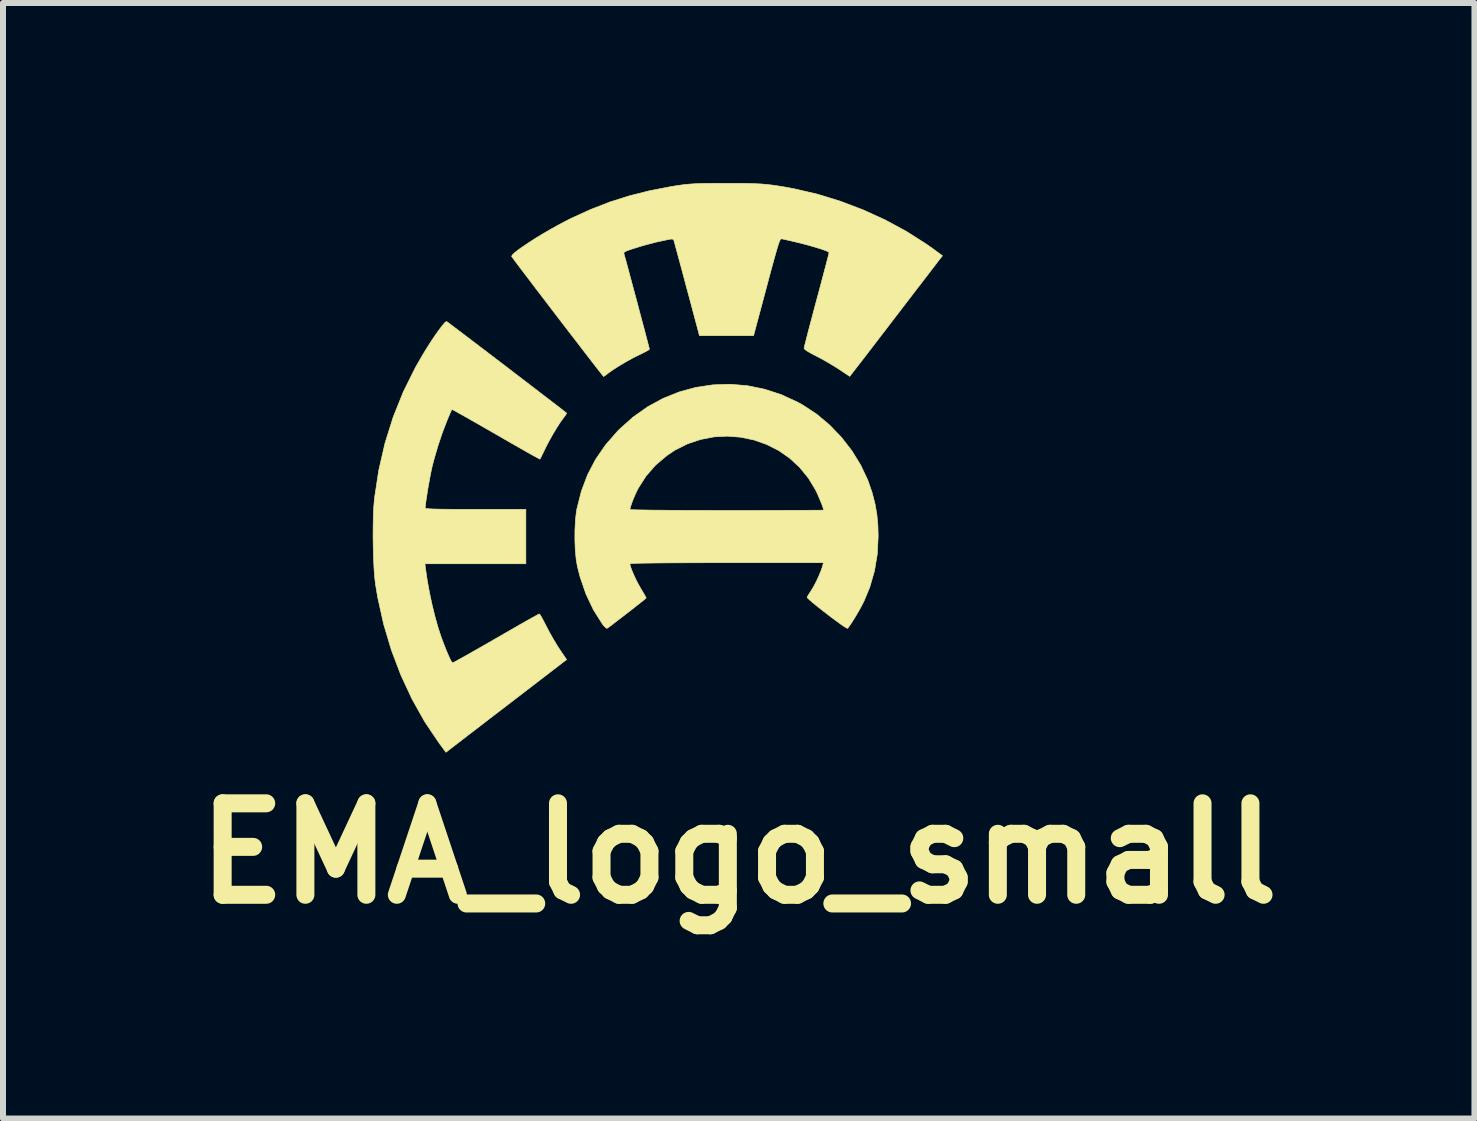
<source format=kicad_pcb>
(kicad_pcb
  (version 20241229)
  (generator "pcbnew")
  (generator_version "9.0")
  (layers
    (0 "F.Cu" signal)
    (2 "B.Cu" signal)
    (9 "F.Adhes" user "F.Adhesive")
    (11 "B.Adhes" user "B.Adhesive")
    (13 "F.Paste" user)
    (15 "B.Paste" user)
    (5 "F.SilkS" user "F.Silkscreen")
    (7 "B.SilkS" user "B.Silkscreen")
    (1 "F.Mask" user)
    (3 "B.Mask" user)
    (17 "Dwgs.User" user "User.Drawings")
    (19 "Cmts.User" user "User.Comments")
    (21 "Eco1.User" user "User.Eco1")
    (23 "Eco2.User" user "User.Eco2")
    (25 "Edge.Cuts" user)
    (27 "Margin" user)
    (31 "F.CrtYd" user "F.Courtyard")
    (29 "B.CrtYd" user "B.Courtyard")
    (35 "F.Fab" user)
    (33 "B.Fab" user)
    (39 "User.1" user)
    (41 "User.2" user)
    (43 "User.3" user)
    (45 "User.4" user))
  (footprint "EMA_logo_small"
    (layer "F.Cu")
    (at 7.99 4.821)
    (property "Reference" "EMA_logo_small" (at 1.27 6.35 0) (layer "F.SilkS") (effects (font (size 1.524 1.524) (thickness 0.3))))
    (attr through_hole)
    (fp_poly (pts (xy 1.413 -1.444) (xy 1.699 -1.386) (xy 1.981 -1.294) (xy 2.256 -1.167) (xy 2.334 -1.124) (xy 2.567 -0.971) (xy 2.783 -0.79) (xy 2.981 -0.584) (xy 3.156 -0.359) (xy 3.304 -0.118) (xy 3.422 0.133) (xy 3.492 0.335) (xy 3.541 0.524) (xy 3.572 0.702) (xy 3.589 0.885) (xy 3.594 1.065) (xy 3.579 1.362) (xy 3.532 1.643) (xy 3.454 1.914) (xy 3.356 2.15) (xy 3.322 2.216) (xy 3.279 2.295) (xy 3.23 2.379) (xy 3.18 2.461) (xy 3.135 2.531) (xy 3.099 2.582) (xy 3.085 2.6) (xy 3.067 2.594) (xy 3.026 2.569) (xy 2.967 2.528) (xy 2.894 2.475) (xy 2.813 2.415) (xy 2.728 2.35) (xy 2.644 2.285) (xy 2.566 2.223) (xy 2.498 2.167) (xy 2.447 2.123) (xy 2.416 2.093) (xy 2.409 2.082) (xy 2.422 2.057) (xy 2.449 2.015) (xy 2.47 1.983) (xy 2.514 1.911) (xy 2.562 1.82) (xy 2.607 1.723) (xy 2.644 1.633) (xy 2.664 1.574) (xy 2.682 1.506) (xy 1.069 1.506) (xy 0.764 1.506) (xy 0.49 1.507) (xy 0.245 1.508) (xy 0.033 1.509) (xy -0.148 1.511) (xy -0.295 1.513) (xy -0.41 1.515) (xy -0.489 1.518) (xy -0.534 1.521) (xy -0.544 1.524) (xy -0.536 1.563) (xy -0.514 1.626) (xy -0.481 1.704) (xy -0.442 1.788) (xy -0.399 1.871) (xy -0.362 1.936) (xy -0.324 2) (xy -0.293 2.053) (xy -0.275 2.086) (xy -0.272 2.093) (xy -0.286 2.106) (xy -0.324 2.138) (xy -0.384 2.185) (xy -0.46 2.245) (xy -0.548 2.314) (xy -0.645 2.389) (xy -0.746 2.466) (xy -0.847 2.544) (xy -0.919 2.598) (xy -0.942 2.594) (xy -0.979 2.557) (xy -1.002 2.527) (xy -1.152 2.289) (xy -1.276 2.027) (xy -1.374 1.742) (xy -1.42 1.562) (xy -1.44 1.437) (xy -1.454 1.288) (xy -1.46 1.124) (xy -1.459 0.959) (xy -1.451 0.801) (xy -1.436 0.662) (xy -1.429 0.62) (xy -0.544 0.62) (xy -0.527 0.622) (xy -0.475 0.624) (xy -0.393 0.626) (xy -0.281 0.628) (xy -0.144 0.63) (xy 0.016 0.631) (xy 0.198 0.633) (xy 0.397 0.634) (xy 0.612 0.634) (xy 0.841 0.635) (xy 1.07 0.635) (xy 1.309 0.635) (xy 1.537 0.635) (xy 1.752 0.634) (xy 1.951 0.634) (xy 2.131 0.633) (xy 2.291 0.633) (xy 2.427 0.632) (xy 2.537 0.631) (xy 2.619 0.631) (xy 2.669 0.63) (xy 2.685 0.629) (xy 2.678 0.599) (xy 2.66 0.546) (xy 2.633 0.478) (xy 2.602 0.405) (xy 2.571 0.335) (xy 2.554 0.299) (xy 2.432 0.097) (xy 2.286 -0.082) (xy 2.119 -0.236) (xy 1.935 -0.364) (xy 1.735 -0.465) (xy 1.524 -0.539) (xy 1.306 -0.585) (xy 1.082 -0.603) (xy 0.858 -0.591) (xy 0.635 -0.548) (xy 0.417 -0.475) (xy 0.207 -0.37) (xy 0.073 -0.28) (xy -0.115 -0.121) (xy -0.274 0.061) (xy -0.405 0.266) (xy -0.426 0.308) (xy -0.455 0.37) (xy -0.486 0.442) (xy -0.513 0.513) (xy -0.533 0.574) (xy -0.544 0.614) (xy -0.544 0.62) (xy -1.429 0.62) (xy -1.427 0.61) (xy -1.352 0.314) (xy -1.248 0.039) (xy -1.114 -0.217) (xy -0.949 -0.457) (xy -0.75 -0.685) (xy -0.718 -0.718) (xy -0.49 -0.921) (xy -0.246 -1.093) (xy 0.011 -1.233) (xy 0.279 -1.34) (xy 0.556 -1.416) (xy 0.839 -1.458) (xy 1.126 -1.468) (xy 1.413 -1.444)) (stroke (width 0.01) (type solid)) (fill yes) (layer "F.SilkS"))
    (fp_poly (pts (xy -3.582 -2.502) (xy -3.54 -2.471) (xy -3.475 -2.422) (xy -3.389 -2.357) (xy -3.286 -2.279) (xy -3.169 -2.19) (xy -3.04 -2.092) (xy -2.902 -1.987) (xy -2.758 -1.877) (xy -2.611 -1.765) (xy -2.464 -1.652) (xy -2.32 -1.542) (xy -2.18 -1.435) (xy -2.05 -1.335) (xy -1.93 -1.243) (xy -1.824 -1.162) (xy -1.735 -1.094) (xy -1.666 -1.04) (xy -1.62 -1.004) (xy -1.599 -0.987) (xy -1.605 -0.971) (xy -1.629 -0.936) (xy -1.647 -0.912) (xy -1.701 -0.838) (xy -1.764 -0.74) (xy -1.831 -0.628) (xy -1.895 -0.513) (xy -1.952 -0.403) (xy -1.962 -0.381) (xy -1.995 -0.313) (xy -2.021 -0.26) (xy -2.038 -0.227) (xy -2.042 -0.22) (xy -2.058 -0.228) (xy -2.103 -0.252) (xy -2.173 -0.29) (xy -2.265 -0.342) (xy -2.375 -0.405) (xy -2.502 -0.477) (xy -2.641 -0.557) (xy -2.776 -0.635) (xy -2.924 -0.72) (xy -3.062 -0.799) (xy -3.188 -0.871) (xy -3.297 -0.933) (xy -3.387 -0.983) (xy -3.454 -1.021) (xy -3.497 -1.043) (xy -3.51 -1.049) (xy -3.519 -1.031) (xy -3.539 -0.986) (xy -3.566 -0.923) (xy -3.589 -0.867) (xy -3.668 -0.663) (xy -3.742 -0.442) (xy -3.807 -0.219) (xy -3.84 -0.092) (xy -3.856 -0.019) (xy -3.874 0.074) (xy -3.893 0.178) (xy -3.912 0.285) (xy -3.928 0.388) (xy -3.942 0.479) (xy -3.951 0.55) (xy -3.955 0.593) (xy -3.955 0.594) (xy -3.948 0.6) (xy -3.924 0.604) (xy -3.882 0.608) (xy -3.819 0.611) (xy -3.732 0.613) (xy -3.618 0.615) (xy -3.476 0.616) (xy -3.302 0.617) (xy -3.116 0.617) (xy -2.277 0.617) (xy -2.277 1.524) (xy -3.959 1.524) (xy -3.947 1.619) (xy -3.919 1.808) (xy -3.882 2.01) (xy -3.838 2.215) (xy -3.789 2.413) (xy -3.738 2.594) (xy -3.687 2.749) (xy -3.686 2.751) (xy -3.639 2.876) (xy -3.596 2.984) (xy -3.558 3.072) (xy -3.528 3.135) (xy -3.506 3.169) (xy -3.498 3.175) (xy -3.479 3.166) (xy -3.432 3.141) (xy -3.36 3.101) (xy -3.266 3.049) (xy -3.154 2.985) (xy -3.027 2.913) (xy -2.887 2.833) (xy -2.773 2.767) (xy -2.627 2.683) (xy -2.49 2.604) (xy -2.367 2.533) (xy -2.259 2.472) (xy -2.17 2.422) (xy -2.104 2.386) (xy -2.064 2.364) (xy -2.052 2.359) (xy -2.04 2.374) (xy -2.015 2.416) (xy -1.981 2.478) (xy -1.941 2.555) (xy -1.934 2.569) (xy -1.881 2.671) (xy -1.818 2.781) (xy -1.756 2.885) (xy -1.714 2.95) (xy -1.598 3.12) (xy -2.418 3.75) (xy -2.576 3.871) (xy -2.731 3.99) (xy -2.879 4.103) (xy -3.016 4.209) (xy -3.141 4.305) (xy -3.249 4.387) (xy -3.336 4.455) (xy -3.4 4.504) (xy -3.424 4.522) (xy -3.609 4.665) (xy -3.727 4.505) (xy -3.964 4.153) (xy -4.175 3.776) (xy -4.36 3.378) (xy -4.518 2.962) (xy -4.647 2.53) (xy -4.746 2.085) (xy -4.782 1.869) (xy -4.796 1.753) (xy -4.807 1.609) (xy -4.815 1.444) (xy -4.82 1.267) (xy -4.823 1.083) (xy -4.822 0.902) (xy -4.819 0.732) (xy -4.812 0.578) (xy -4.801 0.451) (xy -4.8 0.435) (xy -4.729 -0.031) (xy -4.625 -0.484) (xy -4.488 -0.921) (xy -4.318 -1.344) (xy -4.116 -1.75) (xy -4.001 -1.95) (xy -3.927 -2.071) (xy -3.855 -2.184) (xy -3.786 -2.287) (xy -3.723 -2.375) (xy -3.67 -2.444) (xy -3.63 -2.492) (xy -3.604 -2.513) (xy -3.598 -2.514) (xy -3.582 -2.502)) (stroke (width 0.01) (type solid)) (fill yes) (layer "F.SilkS"))
    (fp_poly (pts (xy 1.235 -4.816) (xy 1.389 -4.815) (xy 1.52 -4.811) (xy 1.635 -4.806) (xy 1.74 -4.797) (xy 1.843 -4.785) (xy 1.951 -4.769) (xy 2.069 -4.749) (xy 2.204 -4.723) (xy 2.584 -4.635) (xy 2.966 -4.517) (xy 3.345 -4.373) (xy 3.713 -4.205) (xy 4.064 -4.015) (xy 4.39 -3.808) (xy 4.505 -3.727) (xy 4.665 -3.609) (xy 4.612 -3.542) (xy 4.591 -3.515) (xy 4.551 -3.462) (xy 4.492 -3.386) (xy 4.419 -3.29) (xy 4.332 -3.177) (xy 4.234 -3.05) (xy 4.128 -2.911) (xy 4.015 -2.764) (xy 3.955 -2.685) (xy 3.837 -2.532) (xy 3.723 -2.382) (xy 3.614 -2.241) (xy 3.514 -2.11) (xy 3.424 -1.993) (xy 3.348 -1.894) (xy 3.288 -1.816) (xy 3.246 -1.762) (xy 3.235 -1.748) (xy 3.12 -1.599) (xy 2.943 -1.717) (xy 2.85 -1.776) (xy 2.74 -1.841) (xy 2.63 -1.903) (xy 2.563 -1.937) (xy 2.477 -1.982) (xy 2.412 -2.02) (xy 2.371 -2.049) (xy 2.359 -2.065) (xy 2.363 -2.088) (xy 2.376 -2.142) (xy 2.397 -2.223) (xy 2.424 -2.329) (xy 2.457 -2.455) (xy 2.495 -2.597) (xy 2.536 -2.753) (xy 2.567 -2.868) (xy 2.611 -3.03) (xy 2.651 -3.181) (xy 2.687 -3.318) (xy 2.719 -3.438) (xy 2.744 -3.535) (xy 2.763 -3.608) (xy 2.773 -3.652) (xy 2.776 -3.663) (xy 2.759 -3.677) (xy 2.711 -3.698) (xy 2.638 -3.723) (xy 2.544 -3.752) (xy 2.433 -3.784) (xy 2.311 -3.816) (xy 2.183 -3.847) (xy 2.052 -3.877) (xy 1.987 -3.891) (xy 1.978 -3.891) (xy 1.968 -3.884) (xy 1.958 -3.868) (xy 1.945 -3.839) (xy 1.93 -3.796) (xy 1.911 -3.734) (xy 1.887 -3.651) (xy 1.857 -3.544) (xy 1.82 -3.41) (xy 1.776 -3.247) (xy 1.734 -3.088) (xy 1.517 -2.277) (xy 0.616 -2.277) (xy 0.599 -2.34) (xy 0.586 -2.389) (xy 0.566 -2.464) (xy 0.54 -2.561) (xy 0.509 -2.677) (xy 0.475 -2.806) (xy 0.438 -2.944) (xy 0.399 -3.087) (xy 0.361 -3.23) (xy 0.324 -3.369) (xy 0.289 -3.499) (xy 0.257 -3.617) (xy 0.23 -3.716) (xy 0.209 -3.794) (xy 0.195 -3.846) (xy 0.189 -3.867) (xy 0.177 -3.884) (xy 0.15 -3.888) (xy 0.103 -3.881) (xy -0.099 -3.838) (xy -0.315 -3.781) (xy -0.44 -3.743) (xy -0.531 -3.714) (xy -0.591 -3.693) (xy -0.627 -3.676) (xy -0.643 -3.661) (xy -0.644 -3.646) (xy -0.643 -3.645) (xy -0.635 -3.616) (xy -0.619 -3.558) (xy -0.596 -3.475) (xy -0.568 -3.371) (xy -0.536 -3.25) (xy -0.5 -3.117) (xy -0.462 -2.975) (xy -0.423 -2.831) (xy -0.385 -2.686) (xy -0.348 -2.547) (xy -0.313 -2.417) (xy -0.282 -2.3) (xy -0.256 -2.2) (xy -0.236 -2.123) (xy -0.223 -2.072) (xy -0.218 -2.052) (xy -0.218 -2.052) (xy -0.233 -2.039) (xy -0.274 -2.015) (xy -0.334 -1.985) (xy -0.376 -1.964) (xy -0.484 -1.911) (xy -0.598 -1.848) (xy -0.712 -1.781) (xy -0.814 -1.717) (xy -0.894 -1.661) (xy -0.909 -1.649) (xy -0.95 -1.618) (xy -0.977 -1.6) (xy -0.982 -1.597) (xy -0.994 -1.611) (xy -1.026 -1.652) (xy -1.077 -1.716) (xy -1.144 -1.803) (xy -1.226 -1.909) (xy -1.321 -2.032) (xy -1.427 -2.171) (xy -1.543 -2.321) (xy -1.667 -2.482) (xy -1.748 -2.588) (xy -1.875 -2.754) (xy -1.996 -2.913) (xy -2.109 -3.06) (xy -2.211 -3.195) (xy -2.302 -3.315) (xy -2.379 -3.416) (xy -2.44 -3.498) (xy -2.484 -3.557) (xy -2.509 -3.591) (xy -2.514 -3.599) (xy -2.504 -3.621) (xy -2.465 -3.659) (xy -2.403 -3.708) (xy -2.319 -3.767) (xy -2.219 -3.834) (xy -2.107 -3.906) (xy -1.985 -3.98) (xy -1.857 -4.054) (xy -1.729 -4.125) (xy -1.602 -4.192) (xy -1.515 -4.236) (xy -1.194 -4.382) (xy -0.877 -4.505) (xy -0.555 -4.607) (xy -0.218 -4.692) (xy 0.142 -4.762) (xy 0.236 -4.777) (xy 0.312 -4.788) (xy 0.384 -4.797) (xy 0.459 -4.804) (xy 0.541 -4.809) (xy 0.637 -4.813) (xy 0.752 -4.815) (xy 0.893 -4.816) (xy 1.052 -4.816) (xy 1.235 -4.816)) (stroke (width 0.01) (type solid)) (fill yes) (layer "F.SilkS")))
  (gr_rect
    (start -3 -3)
    (end 21.52 15.589)
    (stroke (width 0.1) (type default))
    (fill no)
    (layer "Edge.Cuts")))
</source>
